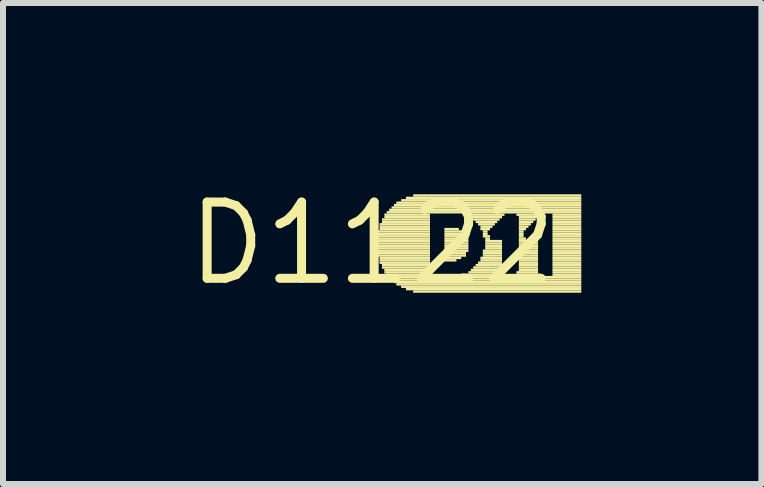
<source format=kicad_pcb>
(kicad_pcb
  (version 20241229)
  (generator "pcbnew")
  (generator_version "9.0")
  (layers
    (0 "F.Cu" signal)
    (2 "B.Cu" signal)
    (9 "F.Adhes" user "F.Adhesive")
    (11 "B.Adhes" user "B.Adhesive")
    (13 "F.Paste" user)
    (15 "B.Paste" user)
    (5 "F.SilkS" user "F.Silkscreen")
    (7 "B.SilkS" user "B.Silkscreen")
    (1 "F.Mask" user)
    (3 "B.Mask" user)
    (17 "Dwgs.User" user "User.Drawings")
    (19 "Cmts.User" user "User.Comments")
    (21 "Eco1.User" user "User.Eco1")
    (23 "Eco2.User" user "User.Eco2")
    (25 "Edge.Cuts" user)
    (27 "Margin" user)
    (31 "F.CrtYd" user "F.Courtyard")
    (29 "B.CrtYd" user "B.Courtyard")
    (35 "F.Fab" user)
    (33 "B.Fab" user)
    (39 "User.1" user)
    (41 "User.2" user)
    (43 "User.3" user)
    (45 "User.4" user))
  (footprint "D1122"
    (layer "F.Cu")
    (at 3.152 1.006)
    (property "Reference" "D1122" (at 0 0 0) (layer "F.SilkS") (effects (font (size 1.27 1.27) (thickness 0.15))))
    (fp_poly (pts (xy 0.08 -0.18) (xy 0.96 -0.18) (xy 0.96 -0.22) (xy 0.08 -0.22)) (stroke (width 0) (type default)) (fill yes) (layer "F.SilkS"))
    (fp_poly (pts (xy 0.08 -0.14) (xy 0.96 -0.14) (xy 0.96 -0.18) (xy 0.08 -0.18)) (stroke (width 0) (type default)) (fill yes) (layer "F.SilkS"))
    (fp_poly (pts (xy 0.08 -0.1) (xy 0.96 -0.1) (xy 0.96 -0.14) (xy 0.08 -0.14)) (stroke (width 0) (type default)) (fill yes) (layer "F.SilkS"))
    (fp_poly (pts (xy 0.08 -0.06) (xy 0.96 -0.06) (xy 0.96 -0.1) (xy 0.08 -0.1)) (stroke (width 0) (type default)) (fill yes) (layer "F.SilkS"))
    (fp_poly (pts (xy 0.08 -0.02) (xy 0.96 -0.02) (xy 0.96 -0.06) (xy 0.08 -0.06)) (stroke (width 0) (type default)) (fill yes) (layer "F.SilkS"))
    (fp_poly (pts (xy 0.08 0.02) (xy 0.96 0.02) (xy 0.96 -0.02) (xy 0.08 -0.02)) (stroke (width 0) (type default)) (fill yes) (layer "F.SilkS"))
    (fp_poly (pts (xy 0.08 0.06) (xy 0.96 0.06) (xy 0.96 0.02) (xy 0.08 0.02)) (stroke (width 0) (type default)) (fill yes) (layer "F.SilkS"))
    (fp_poly (pts (xy 0.08 0.1) (xy 0.96 0.1) (xy 0.96 0.06) (xy 0.08 0.06)) (stroke (width 0) (type default)) (fill yes) (layer "F.SilkS"))
    (fp_poly (pts (xy 0.08 0.14) (xy 0.96 0.14) (xy 0.96 0.1) (xy 0.08 0.1)) (stroke (width 0) (type default)) (fill yes) (layer "F.SilkS"))
    (fp_poly (pts (xy 0.08 0.18) (xy 0.96 0.18) (xy 0.96 0.14) (xy 0.08 0.14)) (stroke (width 0) (type default)) (fill yes) (layer "F.SilkS"))
    (fp_poly (pts (xy 0.08 0.22) (xy 0.96 0.22) (xy 0.96 0.18) (xy 0.08 0.18)) (stroke (width 0) (type default)) (fill yes) (layer "F.SilkS"))
    (fp_poly (pts (xy 0.12 -0.3) (xy 0.96 -0.3) (xy 0.96 -0.34) (xy 0.12 -0.34)) (stroke (width 0) (type default)) (fill yes) (layer "F.SilkS"))
    (fp_poly (pts (xy 0.12 -0.26) (xy 0.96 -0.26) (xy 0.96 -0.3) (xy 0.12 -0.3)) (stroke (width 0) (type default)) (fill yes) (layer "F.SilkS"))
    (fp_poly (pts (xy 0.12 -0.22) (xy 0.96 -0.22) (xy 0.96 -0.26) (xy 0.12 -0.26)) (stroke (width 0) (type default)) (fill yes) (layer "F.SilkS"))
    (fp_poly (pts (xy 0.12 0.26) (xy 0.96 0.26) (xy 0.96 0.22) (xy 0.12 0.22)) (stroke (width 0) (type default)) (fill yes) (layer "F.SilkS"))
    (fp_poly (pts (xy 0.12 0.3) (xy 0.96 0.3) (xy 0.96 0.26) (xy 0.12 0.26)) (stroke (width 0) (type default)) (fill yes) (layer "F.SilkS"))
    (fp_poly (pts (xy 0.12 0.34) (xy 0.96 0.34) (xy 0.96 0.3) (xy 0.12 0.3)) (stroke (width 0) (type default)) (fill yes) (layer "F.SilkS"))
    (fp_poly (pts (xy 0.16 -0.38) (xy 0.96 -0.38) (xy 0.96 -0.42) (xy 0.16 -0.42)) (stroke (width 0) (type default)) (fill yes) (layer "F.SilkS"))
    (fp_poly (pts (xy 0.16 -0.34) (xy 0.96 -0.34) (xy 0.96 -0.38) (xy 0.16 -0.38)) (stroke (width 0) (type default)) (fill yes) (layer "F.SilkS"))
    (fp_poly (pts (xy 0.16 0.38) (xy 0.96 0.38) (xy 0.96 0.34) (xy 0.16 0.34)) (stroke (width 0) (type default)) (fill yes) (layer "F.SilkS"))
    (fp_poly (pts (xy 0.16 0.42) (xy 0.96 0.42) (xy 0.96 0.38) (xy 0.16 0.38)) (stroke (width 0) (type default)) (fill yes) (layer "F.SilkS"))
    (fp_poly (pts (xy 0.2 -0.46) (xy 0.96 -0.46) (xy 0.96 -0.5) (xy 0.2 -0.5)) (stroke (width 0) (type default)) (fill yes) (layer "F.SilkS"))
    (fp_poly (pts (xy 0.2 -0.42) (xy 0.96 -0.42) (xy 0.96 -0.46) (xy 0.2 -0.46)) (stroke (width 0) (type default)) (fill yes) (layer "F.SilkS"))
    (fp_poly (pts (xy 0.2 0.46) (xy 0.96 0.46) (xy 0.96 0.42) (xy 0.2 0.42)) (stroke (width 0) (type default)) (fill yes) (layer "F.SilkS"))
    (fp_poly (pts (xy 0.2 0.5) (xy 0.96 0.5) (xy 0.96 0.46) (xy 0.2 0.46)) (stroke (width 0) (type default)) (fill yes) (layer "F.SilkS"))
    (fp_poly (pts (xy 0.24 -0.5) (xy 3.48 -0.5) (xy 3.48 -0.54) (xy 0.24 -0.54)) (stroke (width 0) (type default)) (fill yes) (layer "F.SilkS"))
    (fp_poly (pts (xy 0.24 0.54) (xy 1 0.54) (xy 1 0.5) (xy 0.24 0.5)) (stroke (width 0) (type default)) (fill yes) (layer "F.SilkS"))
    (fp_poly (pts (xy 0.28 -0.54) (xy 3.48 -0.54) (xy 3.48 -0.58) (xy 0.28 -0.58)) (stroke (width 0) (type default)) (fill yes) (layer "F.SilkS"))
    (fp_poly (pts (xy 0.28 0.58) (xy 3.48 0.58) (xy 3.48 0.54) (xy 0.28 0.54)) (stroke (width 0) (type default)) (fill yes) (layer "F.SilkS"))
    (fp_poly (pts (xy 0.32 -0.58) (xy 3.48 -0.58) (xy 3.48 -0.62) (xy 0.32 -0.62)) (stroke (width 0) (type default)) (fill yes) (layer "F.SilkS"))
    (fp_poly (pts (xy 0.32 0.62) (xy 3.48 0.62) (xy 3.48 0.58) (xy 0.32 0.58)) (stroke (width 0) (type default)) (fill yes) (layer "F.SilkS"))
    (fp_poly (pts (xy 0.36 -0.62) (xy 3.48 -0.62) (xy 3.48 -0.66) (xy 0.36 -0.66)) (stroke (width 0) (type default)) (fill yes) (layer "F.SilkS"))
    (fp_poly (pts (xy 0.36 0.66) (xy 3.48 0.66) (xy 3.48 0.62) (xy 0.36 0.62)) (stroke (width 0) (type default)) (fill yes) (layer "F.SilkS"))
    (fp_poly (pts (xy 0.4 -0.66) (xy 3.48 -0.66) (xy 3.48 -0.7) (xy 0.4 -0.7)) (stroke (width 0) (type default)) (fill yes) (layer "F.SilkS"))
    (fp_poly (pts (xy 0.4 0.7) (xy 3.48 0.7) (xy 3.48 0.66) (xy 0.4 0.66)) (stroke (width 0) (type default)) (fill yes) (layer "F.SilkS"))
    (fp_poly (pts (xy 0.48 -0.7) (xy 3.48 -0.7) (xy 3.48 -0.74) (xy 0.48 -0.74)) (stroke (width 0) (type default)) (fill yes) (layer "F.SilkS"))
    (fp_poly (pts (xy 0.48 0.74) (xy 3.48 0.74) (xy 3.48 0.7) (xy 0.48 0.7)) (stroke (width 0) (type default)) (fill yes) (layer "F.SilkS"))
    (fp_poly (pts (xy 0.56 -0.74) (xy 3.48 -0.74) (xy 3.48 -0.78) (xy 0.56 -0.78)) (stroke (width 0) (type default)) (fill yes) (layer "F.SilkS"))
    (fp_poly (pts (xy 0.56 0.78) (xy 3.48 0.78) (xy 3.48 0.74) (xy 0.56 0.74)) (stroke (width 0) (type default)) (fill yes) (layer "F.SilkS"))
    (fp_poly (pts (xy 0.68 -0.78) (xy 3.48 -0.78) (xy 3.48 -0.82) (xy 0.68 -0.82)) (stroke (width 0) (type default)) (fill yes) (layer "F.SilkS"))
    (fp_poly (pts (xy 0.68 0.82) (xy 3.48 0.82) (xy 3.48 0.78) (xy 0.68 0.78)) (stroke (width 0) (type default)) (fill yes) (layer "F.SilkS"))
    (fp_poly (pts (xy 1.2 -0.22) (xy 1.44 -0.22) (xy 1.44 -0.26) (xy 1.2 -0.26)) (stroke (width 0) (type default)) (fill yes) (layer "F.SilkS"))
    (fp_poly (pts (xy 1.2 -0.18) (xy 1.52 -0.18) (xy 1.52 -0.22) (xy 1.2 -0.22)) (stroke (width 0) (type default)) (fill yes) (layer "F.SilkS"))
    (fp_poly (pts (xy 1.2 -0.14) (xy 1.56 -0.14) (xy 1.56 -0.18) (xy 1.2 -0.18)) (stroke (width 0) (type default)) (fill yes) (layer "F.SilkS"))
    (fp_poly (pts (xy 1.2 -0.1) (xy 1.6 -0.1) (xy 1.6 -0.14) (xy 1.2 -0.14)) (stroke (width 0) (type default)) (fill yes) (layer "F.SilkS"))
    (fp_poly (pts (xy 1.2 -0.06) (xy 1.6 -0.06) (xy 1.6 -0.1) (xy 1.2 -0.1)) (stroke (width 0) (type default)) (fill yes) (layer "F.SilkS"))
    (fp_poly (pts (xy 1.2 -0.02) (xy 1.6 -0.02) (xy 1.6 -0.06) (xy 1.2 -0.06)) (stroke (width 0) (type default)) (fill yes) (layer "F.SilkS"))
    (fp_poly (pts (xy 1.2 0.02) (xy 1.6 0.02) (xy 1.6 -0.02) (xy 1.2 -0.02)) (stroke (width 0) (type default)) (fill yes) (layer "F.SilkS"))
    (fp_poly (pts (xy 1.2 0.06) (xy 1.6 0.06) (xy 1.6 0.02) (xy 1.2 0.02)) (stroke (width 0) (type default)) (fill yes) (layer "F.SilkS"))
    (fp_poly (pts (xy 1.2 0.1) (xy 1.6 0.1) (xy 1.6 0.06) (xy 1.2 0.06)) (stroke (width 0) (type default)) (fill yes) (layer "F.SilkS"))
    (fp_poly (pts (xy 1.2 0.14) (xy 1.6 0.14) (xy 1.6 0.1) (xy 1.2 0.1)) (stroke (width 0) (type default)) (fill yes) (layer "F.SilkS"))
    (fp_poly (pts (xy 1.2 0.18) (xy 1.56 0.18) (xy 1.56 0.14) (xy 1.2 0.14)) (stroke (width 0) (type default)) (fill yes) (layer "F.SilkS"))
    (fp_poly (pts (xy 1.2 0.22) (xy 1.56 0.22) (xy 1.56 0.18) (xy 1.2 0.18)) (stroke (width 0) (type default)) (fill yes) (layer "F.SilkS"))
    (fp_poly (pts (xy 1.2 0.26) (xy 1.48 0.26) (xy 1.48 0.22) (xy 1.2 0.22)) (stroke (width 0) (type default)) (fill yes) (layer "F.SilkS"))
    (fp_poly (pts (xy 1.2 0.3) (xy 1.4 0.3) (xy 1.4 0.26) (xy 1.2 0.26)) (stroke (width 0) (type default)) (fill yes) (layer "F.SilkS"))
    (fp_poly (pts (xy 1.48 0.54) (xy 2.2 0.54) (xy 2.2 0.5) (xy 1.48 0.5)) (stroke (width 0) (type default)) (fill yes) (layer "F.SilkS"))
    (fp_poly (pts (xy 1.52 -0.46) (xy 2.2 -0.46) (xy 2.2 -0.5) (xy 1.52 -0.5)) (stroke (width 0) (type default)) (fill yes) (layer "F.SilkS"))
    (fp_poly (pts (xy 1.6 -0.42) (xy 2.16 -0.42) (xy 2.16 -0.46) (xy 1.6 -0.46)) (stroke (width 0) (type default)) (fill yes) (layer "F.SilkS"))
    (fp_poly (pts (xy 1.6 0.5) (xy 2.2 0.5) (xy 2.2 0.46) (xy 1.6 0.46)) (stroke (width 0) (type default)) (fill yes) (layer "F.SilkS"))
    (fp_poly (pts (xy 1.64 0.46) (xy 2.16 0.46) (xy 2.16 0.42) (xy 1.64 0.42)) (stroke (width 0) (type default)) (fill yes) (layer "F.SilkS"))
    (fp_poly (pts (xy 1.68 -0.38) (xy 2.12 -0.38) (xy 2.12 -0.42) (xy 1.68 -0.42)) (stroke (width 0) (type default)) (fill yes) (layer "F.SilkS"))
    (fp_poly (pts (xy 1.68 0.42) (xy 2.16 0.42) (xy 2.16 0.38) (xy 1.68 0.38)) (stroke (width 0) (type default)) (fill yes) (layer "F.SilkS"))
    (fp_poly (pts (xy 1.72 -0.34) (xy 2.08 -0.34) (xy 2.08 -0.38) (xy 1.72 -0.38)) (stroke (width 0) (type default)) (fill yes) (layer "F.SilkS"))
    (fp_poly (pts (xy 1.72 0.38) (xy 2.16 0.38) (xy 2.16 0.34) (xy 1.72 0.34)) (stroke (width 0) (type default)) (fill yes) (layer "F.SilkS"))
    (fp_poly (pts (xy 1.76 -0.3) (xy 2.04 -0.3) (xy 2.04 -0.34) (xy 1.76 -0.34)) (stroke (width 0) (type default)) (fill yes) (layer "F.SilkS"))
    (fp_poly (pts (xy 1.76 0.34) (xy 2.16 0.34) (xy 2.16 0.3) (xy 1.76 0.3)) (stroke (width 0) (type default)) (fill yes) (layer "F.SilkS"))
    (fp_poly (pts (xy 1.8 -0.26) (xy 2 -0.26) (xy 2 -0.3) (xy 1.8 -0.3)) (stroke (width 0) (type default)) (fill yes) (layer "F.SilkS"))
    (fp_poly (pts (xy 1.8 -0.22) (xy 1.96 -0.22) (xy 1.96 -0.26) (xy 1.8 -0.26)) (stroke (width 0) (type default)) (fill yes) (layer "F.SilkS"))
    (fp_poly (pts (xy 1.8 0.26) (xy 2.16 0.26) (xy 2.16 0.22) (xy 1.8 0.22)) (stroke (width 0) (type default)) (fill yes) (layer "F.SilkS"))
    (fp_poly (pts (xy 1.8 0.3) (xy 2.16 0.3) (xy 2.16 0.26) (xy 1.8 0.26)) (stroke (width 0) (type default)) (fill yes) (layer "F.SilkS"))
    (fp_poly (pts (xy 1.84 -0.18) (xy 1.92 -0.18) (xy 1.92 -0.22) (xy 1.84 -0.22)) (stroke (width 0) (type default)) (fill yes) (layer "F.SilkS"))
    (fp_poly (pts (xy 1.84 -0.14) (xy 1.92 -0.14) (xy 1.92 -0.18) (xy 1.84 -0.18)) (stroke (width 0) (type default)) (fill yes) (layer "F.SilkS"))
    (fp_poly (pts (xy 1.84 -0.1) (xy 1.96 -0.1) (xy 1.96 -0.14) (xy 1.84 -0.14)) (stroke (width 0) (type default)) (fill yes) (layer "F.SilkS"))
    (fp_poly (pts (xy 1.84 0.14) (xy 2.16 0.14) (xy 2.16 0.1) (xy 1.84 0.1)) (stroke (width 0) (type default)) (fill yes) (layer "F.SilkS"))
    (fp_poly (pts (xy 1.84 0.18) (xy 2.16 0.18) (xy 2.16 0.14) (xy 1.84 0.14)) (stroke (width 0) (type default)) (fill yes) (layer "F.SilkS"))
    (fp_poly (pts (xy 1.84 0.22) (xy 2.16 0.22) (xy 2.16 0.18) (xy 1.84 0.18)) (stroke (width 0) (type default)) (fill yes) (layer "F.SilkS"))
    (fp_poly (pts (xy 1.88 -0.06) (xy 1.96 -0.06) (xy 1.96 -0.1) (xy 1.88 -0.1)) (stroke (width 0) (type default)) (fill yes) (layer "F.SilkS"))
    (fp_poly (pts (xy 1.88 -0.02) (xy 2.16 -0.02) (xy 2.16 -0.06) (xy 1.88 -0.06)) (stroke (width 0) (type default)) (fill yes) (layer "F.SilkS"))
    (fp_poly (pts (xy 1.88 0.02) (xy 2.16 0.02) (xy 2.16 -0.02) (xy 1.88 -0.02)) (stroke (width 0) (type default)) (fill yes) (layer "F.SilkS"))
    (fp_poly (pts (xy 1.88 0.06) (xy 2.16 0.06) (xy 2.16 0.02) (xy 1.88 0.02)) (stroke (width 0) (type default)) (fill yes) (layer "F.SilkS"))
    (fp_poly (pts (xy 1.88 0.1) (xy 2.16 0.1) (xy 2.16 0.06) (xy 1.88 0.06)) (stroke (width 0) (type default)) (fill yes) (layer "F.SilkS"))
    (fp_poly (pts (xy 2.4 -0.46) (xy 2.8 -0.46) (xy 2.8 -0.5) (xy 2.4 -0.5)) (stroke (width 0) (type default)) (fill yes) (layer "F.SilkS"))
    (fp_poly (pts (xy 2.4 0.5) (xy 2.76 0.5) (xy 2.76 0.46) (xy 2.4 0.46)) (stroke (width 0) (type default)) (fill yes) (layer "F.SilkS"))
    (fp_poly (pts (xy 2.4 0.54) (xy 2.8 0.54) (xy 2.8 0.5) (xy 2.4 0.5)) (stroke (width 0) (type default)) (fill yes) (layer "F.SilkS"))
    (fp_poly (pts (xy 2.44 -0.42) (xy 2.76 -0.42) (xy 2.76 -0.46) (xy 2.44 -0.46)) (stroke (width 0) (type default)) (fill yes) (layer "F.SilkS"))
    (fp_poly (pts (xy 2.44 -0.38) (xy 2.72 -0.38) (xy 2.72 -0.42) (xy 2.44 -0.42)) (stroke (width 0) (type default)) (fill yes) (layer "F.SilkS"))
    (fp_poly (pts (xy 2.44 -0.34) (xy 2.68 -0.34) (xy 2.68 -0.38) (xy 2.44 -0.38)) (stroke (width 0) (type default)) (fill yes) (layer "F.SilkS"))
    (fp_poly (pts (xy 2.44 -0.3) (xy 2.64 -0.3) (xy 2.64 -0.34) (xy 2.44 -0.34)) (stroke (width 0) (type default)) (fill yes) (layer "F.SilkS"))
    (fp_poly (pts (xy 2.44 -0.26) (xy 2.6 -0.26) (xy 2.6 -0.3) (xy 2.44 -0.3)) (stroke (width 0) (type default)) (fill yes) (layer "F.SilkS"))
    (fp_poly (pts (xy 2.44 -0.22) (xy 2.56 -0.22) (xy 2.56 -0.26) (xy 2.44 -0.26)) (stroke (width 0) (type default)) (fill yes) (layer "F.SilkS"))
    (fp_poly (pts (xy 2.44 -0.18) (xy 2.52 -0.18) (xy 2.52 -0.22) (xy 2.44 -0.22)) (stroke (width 0) (type default)) (fill yes) (layer "F.SilkS"))
    (fp_poly (pts (xy 2.44 -0.14) (xy 2.52 -0.14) (xy 2.52 -0.18) (xy 2.44 -0.18)) (stroke (width 0) (type default)) (fill yes) (layer "F.SilkS"))
    (fp_poly (pts (xy 2.44 -0.1) (xy 2.52 -0.1) (xy 2.52 -0.14) (xy 2.44 -0.14)) (stroke (width 0) (type default)) (fill yes) (layer "F.SilkS"))
    (fp_poly (pts (xy 2.44 -0.06) (xy 2.56 -0.06) (xy 2.56 -0.1) (xy 2.44 -0.1)) (stroke (width 0) (type default)) (fill yes) (layer "F.SilkS"))
    (fp_poly (pts (xy 2.44 -0.02) (xy 2.76 -0.02) (xy 2.76 -0.06) (xy 2.44 -0.06)) (stroke (width 0) (type default)) (fill yes) (layer "F.SilkS"))
    (fp_poly (pts (xy 2.44 0.02) (xy 2.76 0.02) (xy 2.76 -0.02) (xy 2.44 -0.02)) (stroke (width 0) (type default)) (fill yes) (layer "F.SilkS"))
    (fp_poly (pts (xy 2.44 0.06) (xy 2.76 0.06) (xy 2.76 0.02) (xy 2.44 0.02)) (stroke (width 0) (type default)) (fill yes) (layer "F.SilkS"))
    (fp_poly (pts (xy 2.44 0.1) (xy 2.76 0.1) (xy 2.76 0.06) (xy 2.44 0.06)) (stroke (width 0) (type default)) (fill yes) (layer "F.SilkS"))
    (fp_poly (pts (xy 2.44 0.14) (xy 2.76 0.14) (xy 2.76 0.1) (xy 2.44 0.1)) (stroke (width 0) (type default)) (fill yes) (layer "F.SilkS"))
    (fp_poly (pts (xy 2.44 0.18) (xy 2.76 0.18) (xy 2.76 0.14) (xy 2.44 0.14)) (stroke (width 0) (type default)) (fill yes) (layer "F.SilkS"))
    (fp_poly (pts (xy 2.44 0.22) (xy 2.76 0.22) (xy 2.76 0.18) (xy 2.44 0.18)) (stroke (width 0) (type default)) (fill yes) (layer "F.SilkS"))
    (fp_poly (pts (xy 2.44 0.26) (xy 2.76 0.26) (xy 2.76 0.22) (xy 2.44 0.22)) (stroke (width 0) (type default)) (fill yes) (layer "F.SilkS"))
    (fp_poly (pts (xy 2.44 0.3) (xy 2.76 0.3) (xy 2.76 0.26) (xy 2.44 0.26)) (stroke (width 0) (type default)) (fill yes) (layer "F.SilkS"))
    (fp_poly (pts (xy 2.44 0.34) (xy 2.76 0.34) (xy 2.76 0.3) (xy 2.44 0.3)) (stroke (width 0) (type default)) (fill yes) (layer "F.SilkS"))
    (fp_poly (pts (xy 2.44 0.38) (xy 2.76 0.38) (xy 2.76 0.34) (xy 2.44 0.34)) (stroke (width 0) (type default)) (fill yes) (layer "F.SilkS"))
    (fp_poly (pts (xy 2.44 0.42) (xy 2.76 0.42) (xy 2.76 0.38) (xy 2.44 0.38)) (stroke (width 0) (type default)) (fill yes) (layer "F.SilkS"))
    (fp_poly (pts (xy 2.44 0.46) (xy 2.76 0.46) (xy 2.76 0.42) (xy 2.44 0.42)) (stroke (width 0) (type default)) (fill yes) (layer "F.SilkS"))
    (fp_poly (pts (xy 3 -0.46) (xy 3.48 -0.46) (xy 3.48 -0.5) (xy 3 -0.5)) (stroke (width 0) (type default)) (fill yes) (layer "F.SilkS"))
    (fp_poly (pts (xy 3 -0.42) (xy 3.48 -0.42) (xy 3.48 -0.46) (xy 3 -0.46)) (stroke (width 0) (type default)) (fill yes) (layer "F.SilkS"))
    (fp_poly (pts (xy 3 -0.38) (xy 3.48 -0.38) (xy 3.48 -0.42) (xy 3 -0.42)) (stroke (width 0) (type default)) (fill yes) (layer "F.SilkS"))
    (fp_poly (pts (xy 3 -0.34) (xy 3.48 -0.34) (xy 3.48 -0.38) (xy 3 -0.38)) (stroke (width 0) (type default)) (fill yes) (layer "F.SilkS"))
    (fp_poly (pts (xy 3 -0.3) (xy 3.48 -0.3) (xy 3.48 -0.34) (xy 3 -0.34)) (stroke (width 0) (type default)) (fill yes) (layer "F.SilkS"))
    (fp_poly (pts (xy 3 -0.26) (xy 3.48 -0.26) (xy 3.48 -0.3) (xy 3 -0.3)) (stroke (width 0) (type default)) (fill yes) (layer "F.SilkS"))
    (fp_poly (pts (xy 3 -0.22) (xy 3.48 -0.22) (xy 3.48 -0.26) (xy 3 -0.26)) (stroke (width 0) (type default)) (fill yes) (layer "F.SilkS"))
    (fp_poly (pts (xy 3 -0.18) (xy 3.48 -0.18) (xy 3.48 -0.22) (xy 3 -0.22)) (stroke (width 0) (type default)) (fill yes) (layer "F.SilkS"))
    (fp_poly (pts (xy 3 -0.14) (xy 3.48 -0.14) (xy 3.48 -0.18) (xy 3 -0.18)) (stroke (width 0) (type default)) (fill yes) (layer "F.SilkS"))
    (fp_poly (pts (xy 3 -0.1) (xy 3.48 -0.1) (xy 3.48 -0.14) (xy 3 -0.14)) (stroke (width 0) (type default)) (fill yes) (layer "F.SilkS"))
    (fp_poly (pts (xy 3 -0.06) (xy 3.48 -0.06) (xy 3.48 -0.1) (xy 3 -0.1)) (stroke (width 0) (type default)) (fill yes) (layer "F.SilkS"))
    (fp_poly (pts (xy 3 -0.02) (xy 3.48 -0.02) (xy 3.48 -0.06) (xy 3 -0.06)) (stroke (width 0) (type default)) (fill yes) (layer "F.SilkS"))
    (fp_poly (pts (xy 3 0.02) (xy 3.48 0.02) (xy 3.48 -0.02) (xy 3 -0.02)) (stroke (width 0) (type default)) (fill yes) (layer "F.SilkS"))
    (fp_poly (pts (xy 3 0.06) (xy 3.48 0.06) (xy 3.48 0.02) (xy 3 0.02)) (stroke (width 0) (type default)) (fill yes) (layer "F.SilkS"))
    (fp_poly (pts (xy 3 0.1) (xy 3.48 0.1) (xy 3.48 0.06) (xy 3 0.06)) (stroke (width 0) (type default)) (fill yes) (layer "F.SilkS"))
    (fp_poly (pts (xy 3 0.14) (xy 3.48 0.14) (xy 3.48 0.1) (xy 3 0.1)) (stroke (width 0) (type default)) (fill yes) (layer "F.SilkS"))
    (fp_poly (pts (xy 3 0.18) (xy 3.48 0.18) (xy 3.48 0.14) (xy 3 0.14)) (stroke (width 0) (type default)) (fill yes) (layer "F.SilkS"))
    (fp_poly (pts (xy 3 0.22) (xy 3.48 0.22) (xy 3.48 0.18) (xy 3 0.18)) (stroke (width 0) (type default)) (fill yes) (layer "F.SilkS"))
    (fp_poly (pts (xy 3 0.26) (xy 3.48 0.26) (xy 3.48 0.22) (xy 3 0.22)) (stroke (width 0) (type default)) (fill yes) (layer "F.SilkS"))
    (fp_poly (pts (xy 3 0.3) (xy 3.48 0.3) (xy 3.48 0.26) (xy 3 0.26)) (stroke (width 0) (type default)) (fill yes) (layer "F.SilkS"))
    (fp_poly (pts (xy 3 0.34) (xy 3.48 0.34) (xy 3.48 0.3) (xy 3 0.3)) (stroke (width 0) (type default)) (fill yes) (layer "F.SilkS"))
    (fp_poly (pts (xy 3 0.38) (xy 3.48 0.38) (xy 3.48 0.34) (xy 3 0.34)) (stroke (width 0) (type default)) (fill yes) (layer "F.SilkS"))
    (fp_poly (pts (xy 3 0.42) (xy 3.48 0.42) (xy 3.48 0.38) (xy 3 0.38)) (stroke (width 0) (type default)) (fill yes) (layer "F.SilkS"))
    (fp_poly (pts (xy 3 0.46) (xy 3.48 0.46) (xy 3.48 0.42) (xy 3 0.42)) (stroke (width 0) (type default)) (fill yes) (layer "F.SilkS"))
    (fp_poly (pts (xy 3 0.5) (xy 3.48 0.5) (xy 3.48 0.46) (xy 3 0.46)) (stroke (width 0) (type default)) (fill yes) (layer "F.SilkS"))
    (fp_poly (pts (xy 3 0.54) (xy 3.48 0.54) (xy 3.48 0.5) (xy 3 0.5)) (stroke (width 0) (type default)) (fill yes) (layer "F.SilkS")))
  (gr_rect
    (start -3 -3)
    (end 9.632 5.012)
    (stroke (width 0.1) (type default))
    (fill no)
    (layer "Edge.Cuts")))
</source>
